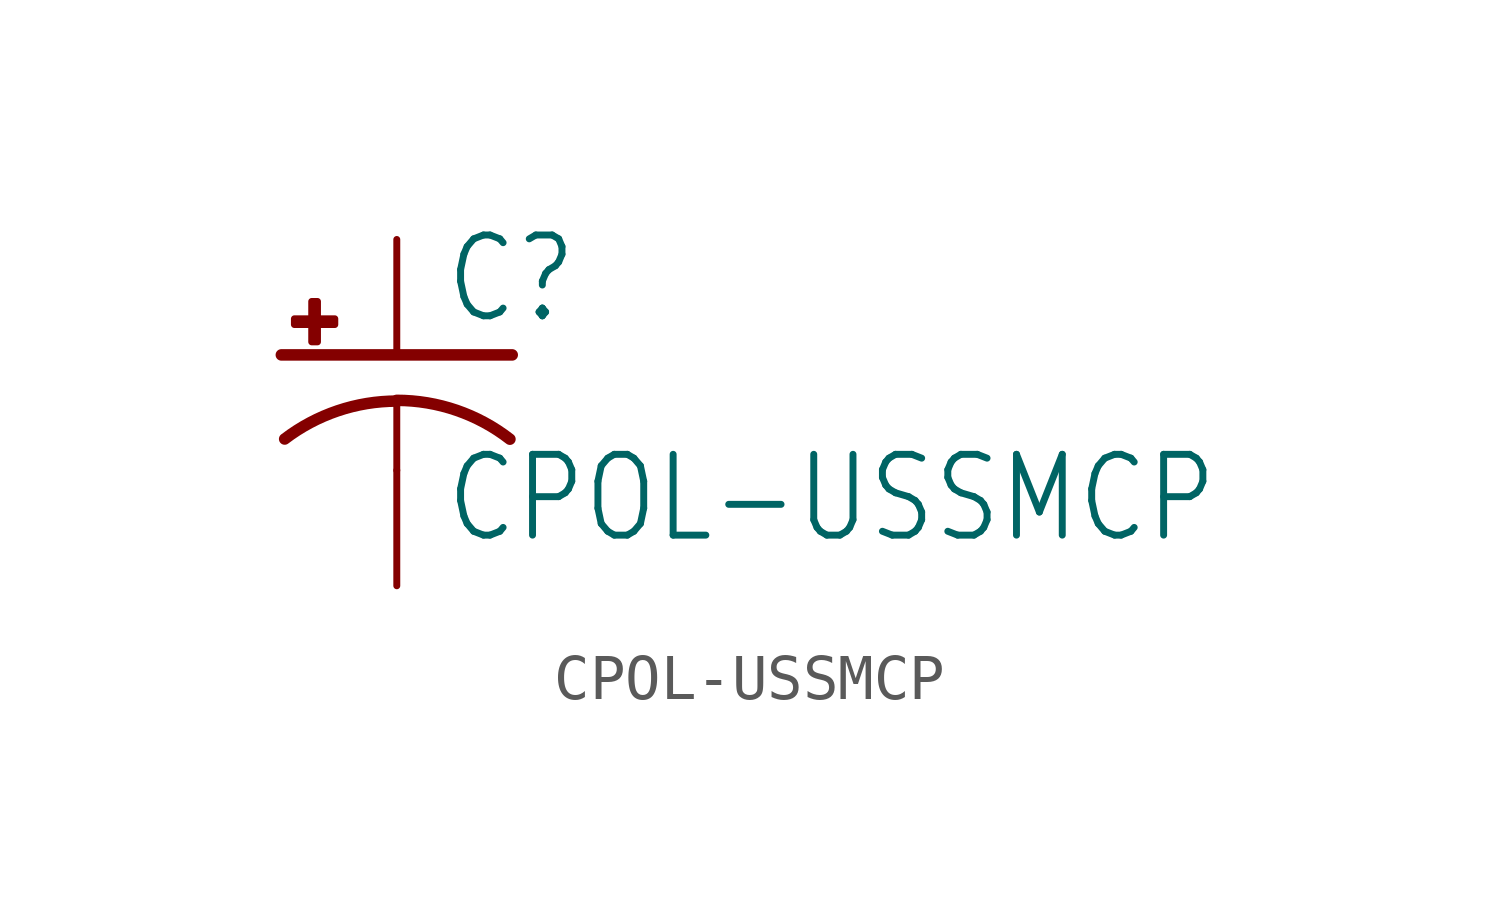
<source format=kicad_sym>
(kicad_symbol_lib
  (version 20211014)
  (generator kicad_symbol_editor)
  (symbol "CPOL-USSMCP"
    (property "Reference" "C"
      (at 1.016 0.635 0)
      (effects (font (size 1.778 1.511)) (justify left bottom)))
    (property "Value" "CPOL-USSMCP"
      (at 1.016 -4.191 0)
      (effects (font (size 1.778 1.511)) (justify left bottom)))
    (property "ki_locked" ""
      (at 0 0 0)
      (effects (font (size 1.27 1.27))))
    (symbol "CPOL-USSMCP_1_0"
      (rectangle (start -2.253 0.668) (end -1.364 0.795) (stroke (width 0) (type default) (color 0 0 0 0)) (fill (type outline)))
      (rectangle (start -1.872 0.287) (end -1.745 1.176) (stroke (width 0) (type default) (color 0 0 0 0)) (fill (type outline)))
      (arc (start 0 -1.0161) (mid -1.3021 -1.2302) (end -2.4669 -1.8504) (stroke (width 0.254) (type default) (color 0 0 0 0)) (fill (type none)))
      (polyline (pts (xy -2.54 0) (xy 2.54 0)) (stroke (width 0.254) (type default) (color 0 0 0 0)) (fill (type none)))
      (polyline (pts (xy 0 -1.016) (xy 0 -2.54)) (stroke (width 0.152) (type default) (color 0 0 0 0)) (fill (type none)))
      (arc (start 2.4892 -1.8542) (mid 1.3158 -1.2195) (end 0 -1) (stroke (width 0.254) (type default) (color 0 0 0 0)) (fill (type none)))
      (pin passive line (at 0 2.54 270) (length 2.54) (name "+" (effects (font (size 0 0)))) (number "+" (effects (font (size 0 0)))))
      (pin passive line (at 0 -5.08 90) (length 2.54) (name "-" (effects (font (size 0 0)))) (number "-" (effects (font (size 0 0))))))))
</source>
